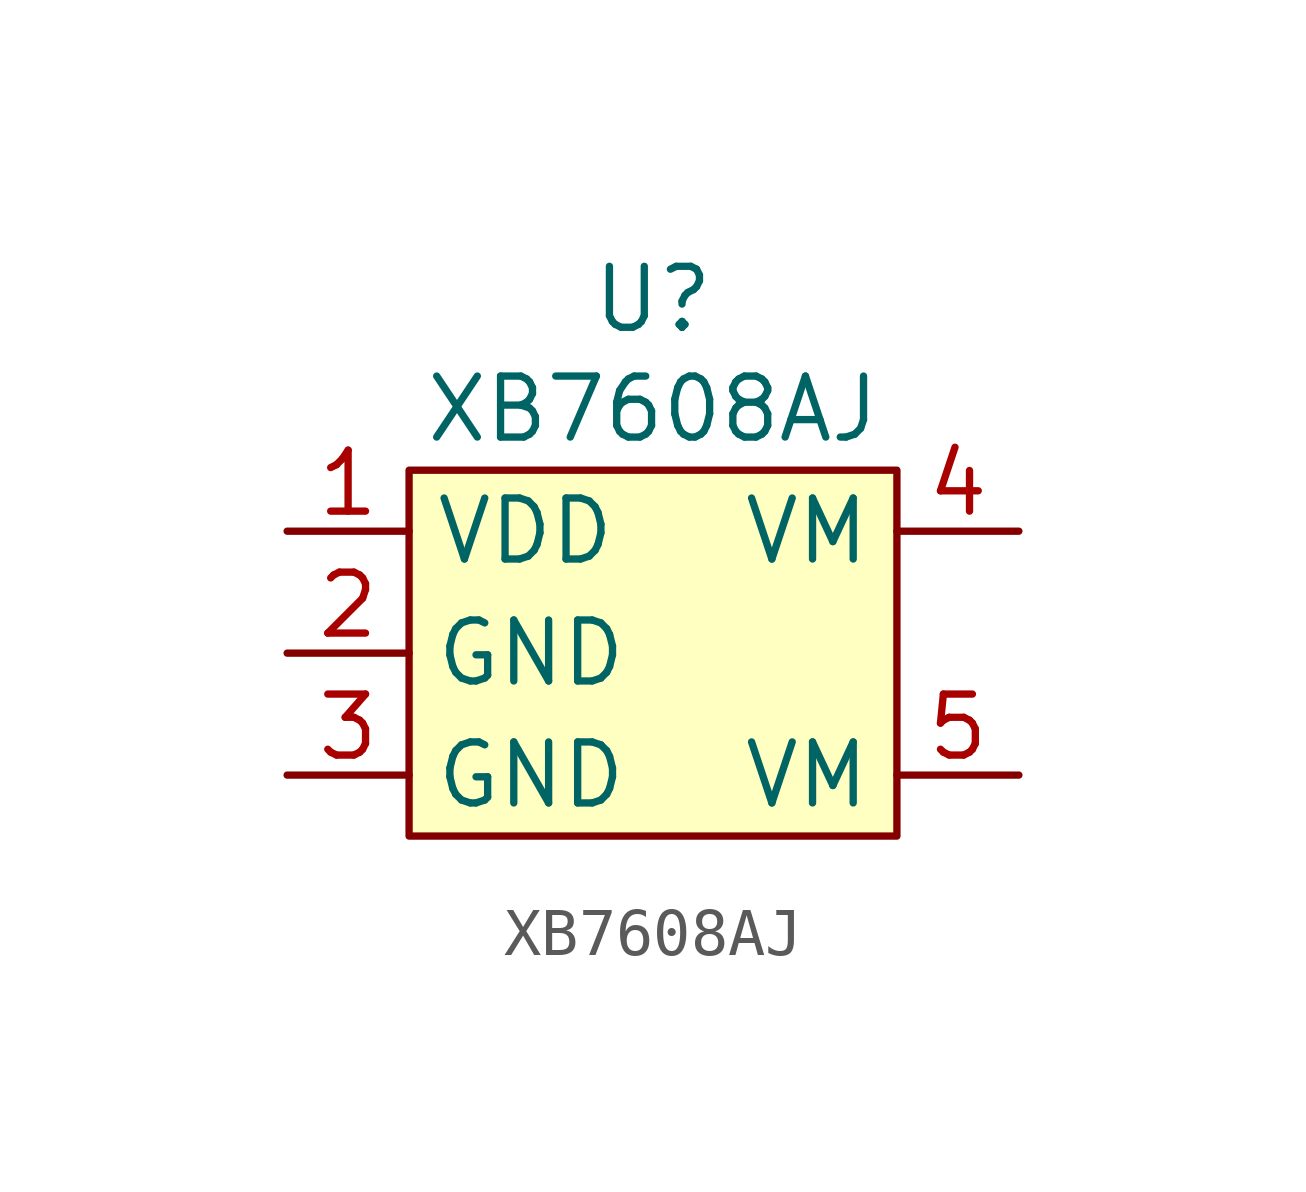
<source format=kicad_sym>
(kicad_symbol_lib
  (version 20231120)
  (generator "kicad_symbol_editor")
  (generator_version "8.0")
  (symbol "XB7608AJ"
    (property "Reference" "U"
      (at 0 3.556 0)
      (effects (font (size 1.27 1.27))))
    (property "Value" "XB7608AJ"
      (at 0 1.27 0)
      (effects (font (size 1.27 1.27))))
    (symbol "XB7608AJ_0_0"
      (pin unspecified line (at -7.62 -1.27 0) (length 2.54) (name "VDD" (effects (font (size 1.27 1.27)))) (number "1" (effects (font (size 1.27 1.27)))))
      (pin unspecified line (at -7.62 -3.81 0) (length 2.54) (name "GND" (effects (font (size 1.27 1.27)))) (number "2" (effects (font (size 1.27 1.27)))))
      (pin unspecified line (at -7.62 -6.35 0) (length 2.54) (name "GND" (effects (font (size 1.27 1.27)))) (number "3" (effects (font (size 1.27 1.27)))))
      (pin unspecified line (at 7.62 -1.27 180) (length 2.54) (name "VM" (effects (font (size 1.27 1.27)))) (number "4" (effects (font (size 1.27 1.27)))))
      (pin unspecified line (at 7.62 -6.35 180) (length 2.54) (name "VM" (effects (font (size 1.27 1.27)))) (number "5" (effects (font (size 1.27 1.27))))))
    (symbol "XB7608AJ_1_1"
      (rectangle (start -5.08 0) (end 5.08 -7.62) (stroke (width 0) (type default)) (fill (type background))))))
</source>
